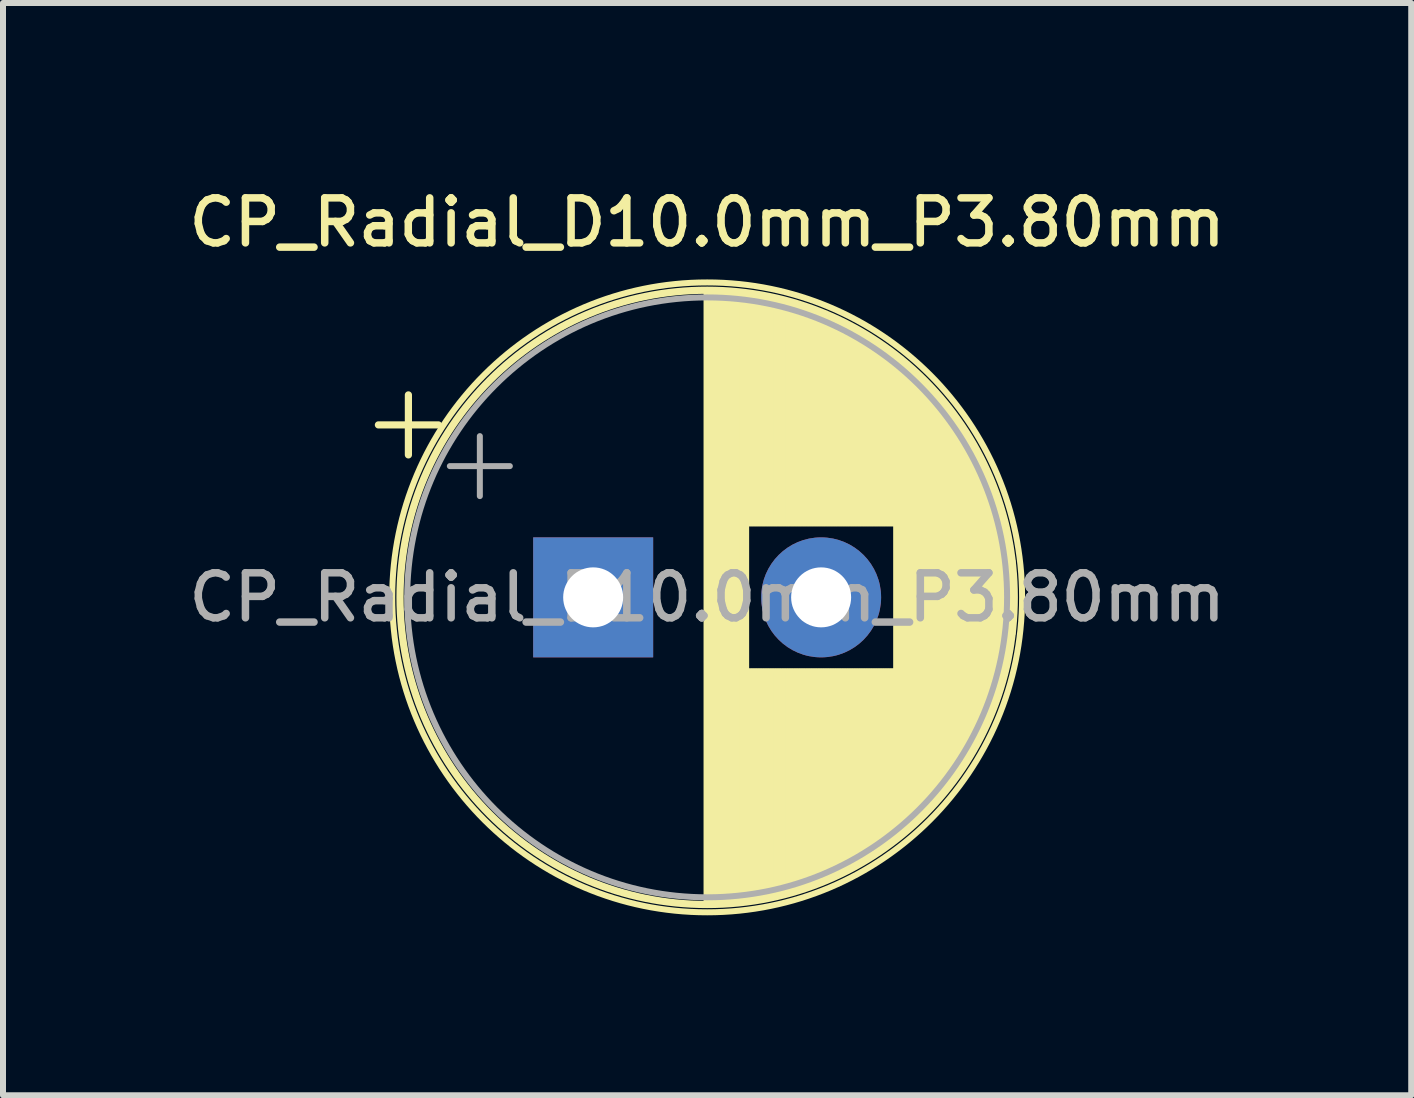
<source format=kicad_pcb>
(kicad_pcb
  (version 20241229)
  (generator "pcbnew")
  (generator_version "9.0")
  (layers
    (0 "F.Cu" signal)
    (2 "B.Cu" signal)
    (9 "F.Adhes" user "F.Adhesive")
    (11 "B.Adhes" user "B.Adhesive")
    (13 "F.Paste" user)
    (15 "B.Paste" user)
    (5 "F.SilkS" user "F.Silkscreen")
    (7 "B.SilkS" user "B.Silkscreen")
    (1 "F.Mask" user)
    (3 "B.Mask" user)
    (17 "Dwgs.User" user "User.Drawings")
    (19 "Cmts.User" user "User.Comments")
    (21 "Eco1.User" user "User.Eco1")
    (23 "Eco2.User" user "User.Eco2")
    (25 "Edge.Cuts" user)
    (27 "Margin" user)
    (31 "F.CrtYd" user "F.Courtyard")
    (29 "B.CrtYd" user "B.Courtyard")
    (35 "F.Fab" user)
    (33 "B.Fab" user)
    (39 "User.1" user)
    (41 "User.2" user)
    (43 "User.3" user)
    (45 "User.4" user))
  (footprint "CP_Radial_D10.0mm_P3.80mm"
    (layer "F.Cu")
    (at 6.838 6.908)
    (property "Reference" "CP_Radial_D10.0mm_P3.80mm" (at 1.9 -6.25 0) (layer "F.SilkS") (effects (font (size 0.75 0.75) (thickness 0.125))))
    (attr through_hole)
    (fp_line (start -3.58 -2.875) (end -2.58 -2.875) (stroke (width 0.12) (type solid)) (layer "F.SilkS"))
    (fp_line (start -3.08 -3.375) (end -3.08 -2.375) (stroke (width 0.12) (type solid)) (layer "F.SilkS"))
    (fp_line (start 1.9 -5.08) (end 1.9 5.08) (stroke (width 0.12) (type solid)) (layer "F.SilkS"))
    (fp_line (start 1.94 -5.08) (end 1.94 5.08) (stroke (width 0.12) (type solid)) (layer "F.SilkS"))
    (fp_line (start 1.98 -5.08) (end 1.98 5.08) (stroke (width 0.12) (type solid)) (layer "F.SilkS"))
    (fp_line (start 2.02 -5.079) (end 2.02 5.079) (stroke (width 0.12) (type solid)) (layer "F.SilkS"))
    (fp_line (start 2.06 -5.078) (end 2.06 5.078) (stroke (width 0.12) (type solid)) (layer "F.SilkS"))
    (fp_line (start 2.1 -5.077) (end 2.1 5.077) (stroke (width 0.12) (type solid)) (layer "F.SilkS"))
    (fp_line (start 2.14 -5.075) (end 2.14 5.075) (stroke (width 0.12) (type solid)) (layer "F.SilkS"))
    (fp_line (start 2.18 -5.073) (end 2.18 5.073) (stroke (width 0.12) (type solid)) (layer "F.SilkS"))
    (fp_line (start 2.22 -5.07) (end 2.22 5.07) (stroke (width 0.12) (type solid)) (layer "F.SilkS"))
    (fp_line (start 2.26 -5.068) (end 2.26 5.068) (stroke (width 0.12) (type solid)) (layer "F.SilkS"))
    (fp_line (start 2.3 -5.065) (end 2.3 5.065) (stroke (width 0.12) (type solid)) (layer "F.SilkS"))
    (fp_line (start 2.34 -5.062) (end 2.34 5.062) (stroke (width 0.12) (type solid)) (layer "F.SilkS"))
    (fp_line (start 2.38 -5.058) (end 2.38 5.058) (stroke (width 0.12) (type solid)) (layer "F.SilkS"))
    (fp_line (start 2.42 -5.054) (end 2.42 5.054) (stroke (width 0.12) (type solid)) (layer "F.SilkS"))
    (fp_line (start 2.46 -5.05) (end 2.46 5.05) (stroke (width 0.12) (type solid)) (layer "F.SilkS"))
    (fp_line (start 2.5 -5.045) (end 2.5 5.045) (stroke (width 0.12) (type solid)) (layer "F.SilkS"))
    (fp_line (start 2.54 -5.04) (end 2.54 5.04) (stroke (width 0.12) (type solid)) (layer "F.SilkS"))
    (fp_line (start 2.58 -5.035) (end 2.58 -1.241) (stroke (width 0.12) (type solid)) (layer "F.SilkS"))
    (fp_line (start 2.58 1.241) (end 2.58 5.035) (stroke (width 0.12) (type solid)) (layer "F.SilkS"))
    (fp_line (start 2.621 -5.03) (end 2.621 -1.241) (stroke (width 0.12) (type solid)) (layer "F.SilkS"))
    (fp_line (start 2.621 1.241) (end 2.621 5.03) (stroke (width 0.12) (type solid)) (layer "F.SilkS"))
    (fp_line (start 2.661 -5.024) (end 2.661 -1.241) (stroke (width 0.12) (type solid)) (layer "F.SilkS"))
    (fp_line (start 2.661 1.241) (end 2.661 5.024) (stroke (width 0.12) (type solid)) (layer "F.SilkS"))
    (fp_line (start 2.701 -5.018) (end 2.701 -1.241) (stroke (width 0.12) (type solid)) (layer "F.SilkS"))
    (fp_line (start 2.701 1.241) (end 2.701 5.018) (stroke (width 0.12) (type solid)) (layer "F.SilkS"))
    (fp_line (start 2.741 -5.011) (end 2.741 -1.241) (stroke (width 0.12) (type solid)) (layer "F.SilkS"))
    (fp_line (start 2.741 1.241) (end 2.741 5.011) (stroke (width 0.12) (type solid)) (layer "F.SilkS"))
    (fp_line (start 2.781 -5.004) (end 2.781 -1.241) (stroke (width 0.12) (type solid)) (layer "F.SilkS"))
    (fp_line (start 2.781 1.241) (end 2.781 5.004) (stroke (width 0.12) (type solid)) (layer "F.SilkS"))
    (fp_line (start 2.821 -4.997) (end 2.821 -1.241) (stroke (width 0.12) (type solid)) (layer "F.SilkS"))
    (fp_line (start 2.821 1.241) (end 2.821 4.997) (stroke (width 0.12) (type solid)) (layer "F.SilkS"))
    (fp_line (start 2.861 -4.99) (end 2.861 -1.241) (stroke (width 0.12) (type solid)) (layer "F.SilkS"))
    (fp_line (start 2.861 1.241) (end 2.861 4.99) (stroke (width 0.12) (type solid)) (layer "F.SilkS"))
    (fp_line (start 2.901 -4.982) (end 2.901 -1.241) (stroke (width 0.12) (type solid)) (layer "F.SilkS"))
    (fp_line (start 2.901 1.241) (end 2.901 4.982) (stroke (width 0.12) (type solid)) (layer "F.SilkS"))
    (fp_line (start 2.941 -4.974) (end 2.941 -1.241) (stroke (width 0.12) (type solid)) (layer "F.SilkS"))
    (fp_line (start 2.941 1.241) (end 2.941 4.974) (stroke (width 0.12) (type solid)) (layer "F.SilkS"))
    (fp_line (start 2.981 -4.965) (end 2.981 -1.241) (stroke (width 0.12) (type solid)) (layer "F.SilkS"))
    (fp_line (start 2.981 1.241) (end 2.981 4.965) (stroke (width 0.12) (type solid)) (layer "F.SilkS"))
    (fp_line (start 3.021 -4.956) (end 3.021 -1.241) (stroke (width 0.12) (type solid)) (layer "F.SilkS"))
    (fp_line (start 3.021 1.241) (end 3.021 4.956) (stroke (width 0.12) (type solid)) (layer "F.SilkS"))
    (fp_line (start 3.061 -4.947) (end 3.061 -1.241) (stroke (width 0.12) (type solid)) (layer "F.SilkS"))
    (fp_line (start 3.061 1.241) (end 3.061 4.947) (stroke (width 0.12) (type solid)) (layer "F.SilkS"))
    (fp_line (start 3.101 -4.938) (end 3.101 -1.241) (stroke (width 0.12) (type solid)) (layer "F.SilkS"))
    (fp_line (start 3.101 1.241) (end 3.101 4.938) (stroke (width 0.12) (type solid)) (layer "F.SilkS"))
    (fp_line (start 3.141 -4.928) (end 3.141 -1.241) (stroke (width 0.12) (type solid)) (layer "F.SilkS"))
    (fp_line (start 3.141 1.241) (end 3.141 4.928) (stroke (width 0.12) (type solid)) (layer "F.SilkS"))
    (fp_line (start 3.181 -4.918) (end 3.181 -1.241) (stroke (width 0.12) (type solid)) (layer "F.SilkS"))
    (fp_line (start 3.181 1.241) (end 3.181 4.918) (stroke (width 0.12) (type solid)) (layer "F.SilkS"))
    (fp_line (start 3.221 -4.907) (end 3.221 -1.241) (stroke (width 0.12) (type solid)) (layer "F.SilkS"))
    (fp_line (start 3.221 1.241) (end 3.221 4.907) (stroke (width 0.12) (type solid)) (layer "F.SilkS"))
    (fp_line (start 3.261 -4.897) (end 3.261 -1.241) (stroke (width 0.12) (type solid)) (layer "F.SilkS"))
    (fp_line (start 3.261 1.241) (end 3.261 4.897) (stroke (width 0.12) (type solid)) (layer "F.SilkS"))
    (fp_line (start 3.301 -4.885) (end 3.301 -1.241) (stroke (width 0.12) (type solid)) (layer "F.SilkS"))
    (fp_line (start 3.301 1.241) (end 3.301 4.885) (stroke (width 0.12) (type solid)) (layer "F.SilkS"))
    (fp_line (start 3.341 -4.874) (end 3.341 -1.241) (stroke (width 0.12) (type solid)) (layer "F.SilkS"))
    (fp_line (start 3.341 1.241) (end 3.341 4.874) (stroke (width 0.12) (type solid)) (layer "F.SilkS"))
    (fp_line (start 3.381 -4.862) (end 3.381 -1.241) (stroke (width 0.12) (type solid)) (layer "F.SilkS"))
    (fp_line (start 3.381 1.241) (end 3.381 4.862) (stroke (width 0.12) (type solid)) (layer "F.SilkS"))
    (fp_line (start 3.421 -4.85) (end 3.421 -1.241) (stroke (width 0.12) (type solid)) (layer "F.SilkS"))
    (fp_line (start 3.421 1.241) (end 3.421 4.85) (stroke (width 0.12) (type solid)) (layer "F.SilkS"))
    (fp_line (start 3.461 -4.837) (end 3.461 -1.241) (stroke (width 0.12) (type solid)) (layer "F.SilkS"))
    (fp_line (start 3.461 1.241) (end 3.461 4.837) (stroke (width 0.12) (type solid)) (layer "F.SilkS"))
    (fp_line (start 3.501 -4.824) (end 3.501 -1.241) (stroke (width 0.12) (type solid)) (layer "F.SilkS"))
    (fp_line (start 3.501 1.241) (end 3.501 4.824) (stroke (width 0.12) (type solid)) (layer "F.SilkS"))
    (fp_line (start 3.541 -4.811) (end 3.541 -1.241) (stroke (width 0.12) (type solid)) (layer "F.SilkS"))
    (fp_line (start 3.541 1.241) (end 3.541 4.811) (stroke (width 0.12) (type solid)) (layer "F.SilkS"))
    (fp_line (start 3.581 -4.797) (end 3.581 -1.241) (stroke (width 0.12) (type solid)) (layer "F.SilkS"))
    (fp_line (start 3.581 1.241) (end 3.581 4.797) (stroke (width 0.12) (type solid)) (layer "F.SilkS"))
    (fp_line (start 3.621 -4.783) (end 3.621 -1.241) (stroke (width 0.12) (type solid)) (layer "F.SilkS"))
    (fp_line (start 3.621 1.241) (end 3.621 4.783) (stroke (width 0.12) (type solid)) (layer "F.SilkS"))
    (fp_line (start 3.661 -4.768) (end 3.661 -1.241) (stroke (width 0.12) (type solid)) (layer "F.SilkS"))
    (fp_line (start 3.661 1.241) (end 3.661 4.768) (stroke (width 0.12) (type solid)) (layer "F.SilkS"))
    (fp_line (start 3.701 -4.754) (end 3.701 -1.241) (stroke (width 0.12) (type solid)) (layer "F.SilkS"))
    (fp_line (start 3.701 1.241) (end 3.701 4.754) (stroke (width 0.12) (type solid)) (layer "F.SilkS"))
    (fp_line (start 3.741 -4.738) (end 3.741 -1.241) (stroke (width 0.12) (type solid)) (layer "F.SilkS"))
    (fp_line (start 3.741 1.241) (end 3.741 4.738) (stroke (width 0.12) (type solid)) (layer "F.SilkS"))
    (fp_line (start 3.781 -4.723) (end 3.781 -1.241) (stroke (width 0.12) (type solid)) (layer "F.SilkS"))
    (fp_line (start 3.781 1.241) (end 3.781 4.723) (stroke (width 0.12) (type solid)) (layer "F.SilkS"))
    (fp_line (start 3.821 -4.707) (end 3.821 -1.241) (stroke (width 0.12) (type solid)) (layer "F.SilkS"))
    (fp_line (start 3.821 1.241) (end 3.821 4.707) (stroke (width 0.12) (type solid)) (layer "F.SilkS"))
    (fp_line (start 3.861 -4.69) (end 3.861 -1.241) (stroke (width 0.12) (type solid)) (layer "F.SilkS"))
    (fp_line (start 3.861 1.241) (end 3.861 4.69) (stroke (width 0.12) (type solid)) (layer "F.SilkS"))
    (fp_line (start 3.901 -4.674) (end 3.901 -1.241) (stroke (width 0.12) (type solid)) (layer "F.SilkS"))
    (fp_line (start 3.901 1.241) (end 3.901 4.674) (stroke (width 0.12) (type solid)) (layer "F.SilkS"))
    (fp_line (start 3.941 -4.657) (end 3.941 -1.241) (stroke (width 0.12) (type solid)) (layer "F.SilkS"))
    (fp_line (start 3.941 1.241) (end 3.941 4.657) (stroke (width 0.12) (type solid)) (layer "F.SilkS"))
    (fp_line (start 3.981 -4.639) (end 3.981 -1.241) (stroke (width 0.12) (type solid)) (layer "F.SilkS"))
    (fp_line (start 3.981 1.241) (end 3.981 4.639) (stroke (width 0.12) (type solid)) (layer "F.SilkS"))
    (fp_line (start 4.021 -4.621) (end 4.021 -1.241) (stroke (width 0.12) (type solid)) (layer "F.SilkS"))
    (fp_line (start 4.021 1.241) (end 4.021 4.621) (stroke (width 0.12) (type solid)) (layer "F.SilkS"))
    (fp_line (start 4.061 -4.603) (end 4.061 -1.241) (stroke (width 0.12) (type solid)) (layer "F.SilkS"))
    (fp_line (start 4.061 1.241) (end 4.061 4.603) (stroke (width 0.12) (type solid)) (layer "F.SilkS"))
    (fp_line (start 4.101 -4.584) (end 4.101 -1.241) (stroke (width 0.12) (type solid)) (layer "F.SilkS"))
    (fp_line (start 4.101 1.241) (end 4.101 4.584) (stroke (width 0.12) (type solid)) (layer "F.SilkS"))
    (fp_line (start 4.141 -4.564) (end 4.141 -1.241) (stroke (width 0.12) (type solid)) (layer "F.SilkS"))
    (fp_line (start 4.141 1.241) (end 4.141 4.564) (stroke (width 0.12) (type solid)) (layer "F.SilkS"))
    (fp_line (start 4.181 -4.545) (end 4.181 -1.241) (stroke (width 0.12) (type solid)) (layer "F.SilkS"))
    (fp_line (start 4.181 1.241) (end 4.181 4.545) (stroke (width 0.12) (type solid)) (layer "F.SilkS"))
    (fp_line (start 4.221 -4.525) (end 4.221 -1.241) (stroke (width 0.12) (type solid)) (layer "F.SilkS"))
    (fp_line (start 4.221 1.241) (end 4.221 4.525) (stroke (width 0.12) (type solid)) (layer "F.SilkS"))
    (fp_line (start 4.261 -4.504) (end 4.261 -1.241) (stroke (width 0.12) (type solid)) (layer "F.SilkS"))
    (fp_line (start 4.261 1.241) (end 4.261 4.504) (stroke (width 0.12) (type solid)) (layer "F.SilkS"))
    (fp_line (start 4.301 -4.483) (end 4.301 -1.241) (stroke (width 0.12) (type solid)) (layer "F.SilkS"))
    (fp_line (start 4.301 1.241) (end 4.301 4.483) (stroke (width 0.12) (type solid)) (layer "F.SilkS"))
    (fp_line (start 4.341 -4.462) (end 4.341 -1.241) (stroke (width 0.12) (type solid)) (layer "F.SilkS"))
    (fp_line (start 4.341 1.241) (end 4.341 4.462) (stroke (width 0.12) (type solid)) (layer "F.SilkS"))
    (fp_line (start 4.381 -4.44) (end 4.381 -1.241) (stroke (width 0.12) (type solid)) (layer "F.SilkS"))
    (fp_line (start 4.381 1.241) (end 4.381 4.44) (stroke (width 0.12) (type solid)) (layer "F.SilkS"))
    (fp_line (start 4.421 -4.417) (end 4.421 -1.241) (stroke (width 0.12) (type solid)) (layer "F.SilkS"))
    (fp_line (start 4.421 1.241) (end 4.421 4.417) (stroke (width 0.12) (type solid)) (layer "F.SilkS"))
    (fp_line (start 4.461 -4.395) (end 4.461 -1.241) (stroke (width 0.12) (type solid)) (layer "F.SilkS"))
    (fp_line (start 4.461 1.241) (end 4.461 4.395) (stroke (width 0.12) (type solid)) (layer "F.SilkS"))
    (fp_line (start 4.501 -4.371) (end 4.501 -1.241) (stroke (width 0.12) (type solid)) (layer "F.SilkS"))
    (fp_line (start 4.501 1.241) (end 4.501 4.371) (stroke (width 0.12) (type solid)) (layer "F.SilkS"))
    (fp_line (start 4.541 -4.347) (end 4.541 -1.241) (stroke (width 0.12) (type solid)) (layer "F.SilkS"))
    (fp_line (start 4.541 1.241) (end 4.541 4.347) (stroke (width 0.12) (type solid)) (layer "F.SilkS"))
    (fp_line (start 4.581 -4.323) (end 4.581 -1.241) (stroke (width 0.12) (type solid)) (layer "F.SilkS"))
    (fp_line (start 4.581 1.241) (end 4.581 4.323) (stroke (width 0.12) (type solid)) (layer "F.SilkS"))
    (fp_line (start 4.621 -4.298) (end 4.621 -1.241) (stroke (width 0.12) (type solid)) (layer "F.SilkS"))
    (fp_line (start 4.621 1.241) (end 4.621 4.298) (stroke (width 0.12) (type solid)) (layer "F.SilkS"))
    (fp_line (start 4.661 -4.273) (end 4.661 -1.241) (stroke (width 0.12) (type solid)) (layer "F.SilkS"))
    (fp_line (start 4.661 1.241) (end 4.661 4.273) (stroke (width 0.12) (type solid)) (layer "F.SilkS"))
    (fp_line (start 4.701 -4.247) (end 4.701 -1.241) (stroke (width 0.12) (type solid)) (layer "F.SilkS"))
    (fp_line (start 4.701 1.241) (end 4.701 4.247) (stroke (width 0.12) (type solid)) (layer "F.SilkS"))
    (fp_line (start 4.741 -4.221) (end 4.741 -1.241) (stroke (width 0.12) (type solid)) (layer "F.SilkS"))
    (fp_line (start 4.741 1.241) (end 4.741 4.221) (stroke (width 0.12) (type solid)) (layer "F.SilkS"))
    (fp_line (start 4.781 -4.194) (end 4.781 -1.241) (stroke (width 0.12) (type solid)) (layer "F.SilkS"))
    (fp_line (start 4.781 1.241) (end 4.781 4.194) (stroke (width 0.12) (type solid)) (layer "F.SilkS"))
    (fp_line (start 4.821 -4.166) (end 4.821 -1.241) (stroke (width 0.12) (type solid)) (layer "F.SilkS"))
    (fp_line (start 4.821 1.241) (end 4.821 4.166) (stroke (width 0.12) (type solid)) (layer "F.SilkS"))
    (fp_line (start 4.861 -4.138) (end 4.861 -1.241) (stroke (width 0.12) (type solid)) (layer "F.SilkS"))
    (fp_line (start 4.861 1.241) (end 4.861 4.138) (stroke (width 0.12) (type solid)) (layer "F.SilkS"))
    (fp_line (start 4.901 -4.11) (end 4.901 -1.241) (stroke (width 0.12) (type solid)) (layer "F.SilkS"))
    (fp_line (start 4.901 1.241) (end 4.901 4.11) (stroke (width 0.12) (type solid)) (layer "F.SilkS"))
    (fp_line (start 4.941 -4.08) (end 4.941 -1.241) (stroke (width 0.12) (type solid)) (layer "F.SilkS"))
    (fp_line (start 4.941 1.241) (end 4.941 4.08) (stroke (width 0.12) (type solid)) (layer "F.SilkS"))
    (fp_line (start 4.981 -4.05) (end 4.981 -1.241) (stroke (width 0.12) (type solid)) (layer "F.SilkS"))
    (fp_line (start 4.981 1.241) (end 4.981 4.05) (stroke (width 0.12) (type solid)) (layer "F.SilkS"))
    (fp_line (start 5.021 -4.02) (end 5.021 -1.241) (stroke (width 0.12) (type solid)) (layer "F.SilkS"))
    (fp_line (start 5.021 1.241) (end 5.021 4.02) (stroke (width 0.12) (type solid)) (layer "F.SilkS"))
    (fp_line (start 5.061 -3.989) (end 5.061 3.989) (stroke (width 0.12) (type solid)) (layer "F.SilkS"))
    (fp_line (start 5.101 -3.957) (end 5.101 3.957) (stroke (width 0.12) (type solid)) (layer "F.SilkS"))
    (fp_line (start 5.141 -3.925) (end 5.141 3.925) (stroke (width 0.12) (type solid)) (layer "F.SilkS"))
    (fp_line (start 5.181 -3.892) (end 5.181 3.892) (stroke (width 0.12) (type solid)) (layer "F.SilkS"))
    (fp_line (start 5.221 -3.858) (end 5.221 3.858) (stroke (width 0.12) (type solid)) (layer "F.SilkS"))
    (fp_line (start 5.261 -3.824) (end 5.261 3.824) (stroke (width 0.12) (type solid)) (layer "F.SilkS"))
    (fp_line (start 5.301 -3.789) (end 5.301 3.789) (stroke (width 0.12) (type solid)) (layer "F.SilkS"))
    (fp_line (start 5.341 -3.753) (end 5.341 3.753) (stroke (width 0.12) (type solid)) (layer "F.SilkS"))
    (fp_line (start 5.381 -3.716) (end 5.381 3.716) (stroke (width 0.12) (type solid)) (layer "F.SilkS"))
    (fp_line (start 5.421 -3.679) (end 5.421 3.679) (stroke (width 0.12) (type solid)) (layer "F.SilkS"))
    (fp_line (start 5.461 -3.64) (end 5.461 3.64) (stroke (width 0.12) (type solid)) (layer "F.SilkS"))
    (fp_line (start 5.501 -3.601) (end 5.501 3.601) (stroke (width 0.12) (type solid)) (layer "F.SilkS"))
    (fp_line (start 5.541 -3.561) (end 5.541 3.561) (stroke (width 0.12) (type solid)) (layer "F.SilkS"))
    (fp_line (start 5.581 -3.52) (end 5.581 3.52) (stroke (width 0.12) (type solid)) (layer "F.SilkS"))
    (fp_line (start 5.621 -3.478) (end 5.621 3.478) (stroke (width 0.12) (type solid)) (layer "F.SilkS"))
    (fp_line (start 5.661 -3.436) (end 5.661 3.436) (stroke (width 0.12) (type solid)) (layer "F.SilkS"))
    (fp_line (start 5.701 -3.392) (end 5.701 3.392) (stroke (width 0.12) (type solid)) (layer "F.SilkS"))
    (fp_line (start 5.741 -3.347) (end 5.741 3.347) (stroke (width 0.12) (type solid)) (layer "F.SilkS"))
    (fp_line (start 5.781 -3.301) (end 5.781 3.301) (stroke (width 0.12) (type solid)) (layer "F.SilkS"))
    (fp_line (start 5.821 -3.254) (end 5.821 3.254) (stroke (width 0.12) (type solid)) (layer "F.SilkS"))
    (fp_line (start 5.861 -3.206) (end 5.861 3.206) (stroke (width 0.12) (type solid)) (layer "F.SilkS"))
    (fp_line (start 5.901 -3.156) (end 5.901 3.156) (stroke (width 0.12) (type solid)) (layer "F.SilkS"))
    (fp_line (start 5.941 -3.106) (end 5.941 3.106) (stroke (width 0.12) (type solid)) (layer "F.SilkS"))
    (fp_line (start 5.981 -3.054) (end 5.981 3.054) (stroke (width 0.12) (type solid)) (layer "F.SilkS"))
    (fp_line (start 6.021 -3) (end 6.021 3) (stroke (width 0.12) (type solid)) (layer "F.SilkS"))
    (fp_line (start 6.061 -2.945) (end 6.061 2.945) (stroke (width 0.12) (type solid)) (layer "F.SilkS"))
    (fp_line (start 6.101 -2.889) (end 6.101 2.889) (stroke (width 0.12) (type solid)) (layer "F.SilkS"))
    (fp_line (start 6.141 -2.83) (end 6.141 2.83) (stroke (width 0.12) (type solid)) (layer "F.SilkS"))
    (fp_line (start 6.181 -2.77) (end 6.181 2.77) (stroke (width 0.12) (type solid)) (layer "F.SilkS"))
    (fp_line (start 6.221 -2.709) (end 6.221 2.709) (stroke (width 0.12) (type solid)) (layer "F.SilkS"))
    (fp_line (start 6.261 -2.645) (end 6.261 2.645) (stroke (width 0.12) (type solid)) (layer "F.SilkS"))
    (fp_line (start 6.301 -2.579) (end 6.301 2.579) (stroke (width 0.12) (type solid)) (layer "F.SilkS"))
    (fp_line (start 6.341 -2.51) (end 6.341 2.51) (stroke (width 0.12) (type solid)) (layer "F.SilkS"))
    (fp_line (start 6.381 -2.439) (end 6.381 2.439) (stroke (width 0.12) (type solid)) (layer "F.SilkS"))
    (fp_line (start 6.421 -2.365) (end 6.421 2.365) (stroke (width 0.12) (type solid)) (layer "F.SilkS"))
    (fp_line (start 6.461 -2.289) (end 6.461 2.289) (stroke (width 0.12) (type solid)) (layer "F.SilkS"))
    (fp_line (start 6.501 -2.209) (end 6.501 2.209) (stroke (width 0.12) (type solid)) (layer "F.SilkS"))
    (fp_line (start 6.541 -2.125) (end 6.541 2.125) (stroke (width 0.12) (type solid)) (layer "F.SilkS"))
    (fp_line (start 6.581 -2.037) (end 6.581 2.037) (stroke (width 0.12) (type solid)) (layer "F.SilkS"))
    (fp_line (start 6.621 -1.944) (end 6.621 1.944) (stroke (width 0.12) (type solid)) (layer "F.SilkS"))
    (fp_line (start 6.661 -1.846) (end 6.661 1.846) (stroke (width 0.12) (type solid)) (layer "F.SilkS"))
    (fp_line (start 6.701 -1.742) (end 6.701 1.742) (stroke (width 0.12) (type solid)) (layer "F.SilkS"))
    (fp_line (start 6.741 -1.63) (end 6.741 1.63) (stroke (width 0.12) (type solid)) (layer "F.SilkS"))
    (fp_line (start 6.781 -1.51) (end 6.781 1.51) (stroke (width 0.12) (type solid)) (layer "F.SilkS"))
    (fp_line (start 6.821 -1.378) (end 6.821 1.378) (stroke (width 0.12) (type solid)) (layer "F.SilkS"))
    (fp_line (start 6.861 -1.23) (end 6.861 1.23) (stroke (width 0.12) (type solid)) (layer "F.SilkS"))
    (fp_line (start 6.901 -1.062) (end 6.901 1.062) (stroke (width 0.12) (type solid)) (layer "F.SilkS"))
    (fp_line (start 6.941 -0.862) (end 6.941 0.862) (stroke (width 0.12) (type solid)) (layer "F.SilkS"))
    (fp_line (start 6.981 -0.599) (end 6.981 0.599) (stroke (width 0.12) (type solid)) (layer "F.SilkS"))
    (fp_circle (center 1.9 0) (end 7.02 0) (stroke (width 0.12) (type solid)) (fill no) (layer "F.SilkS"))
    (fp_circle (center 1.9 0) (end 7.15 0) (stroke (width 0.1) (type solid)) (fill no) (layer "F.SilkS"))
    (fp_line (start -2.389 -2.188) (end -1.389 -2.188) (stroke (width 0.1) (type solid)) (layer "F.Fab"))
    (fp_line (start -1.889 -2.688) (end -1.889 -1.688) (stroke (width 0.1) (type solid)) (layer "F.Fab"))
    (fp_circle (center 1.9 0) (end 6.9 0) (stroke (width 0.1) (type solid)) (fill no) (layer "F.Fab"))
    (fp_text user "${REFERENCE}" (at 1.9 0 0) (layer "F.Fab") (effects (font (size 0.75 0.75) (thickness 0.125))))
    (pad "1" thru_hole rect (at 0 0) (size 2 2) (drill 1) (layers "*.Cu" "*.Mask"))
    (pad "2" thru_hole circle (at 3.8 0) (size 2 2) (drill 1) (layers "*.Cu" "*.Mask")))
  (gr_rect
    (start -3 -3)
    (end 20.475 15.208)
    (stroke (width 0.1) (type default))
    (fill no)
    (layer "Edge.Cuts")))
</source>
